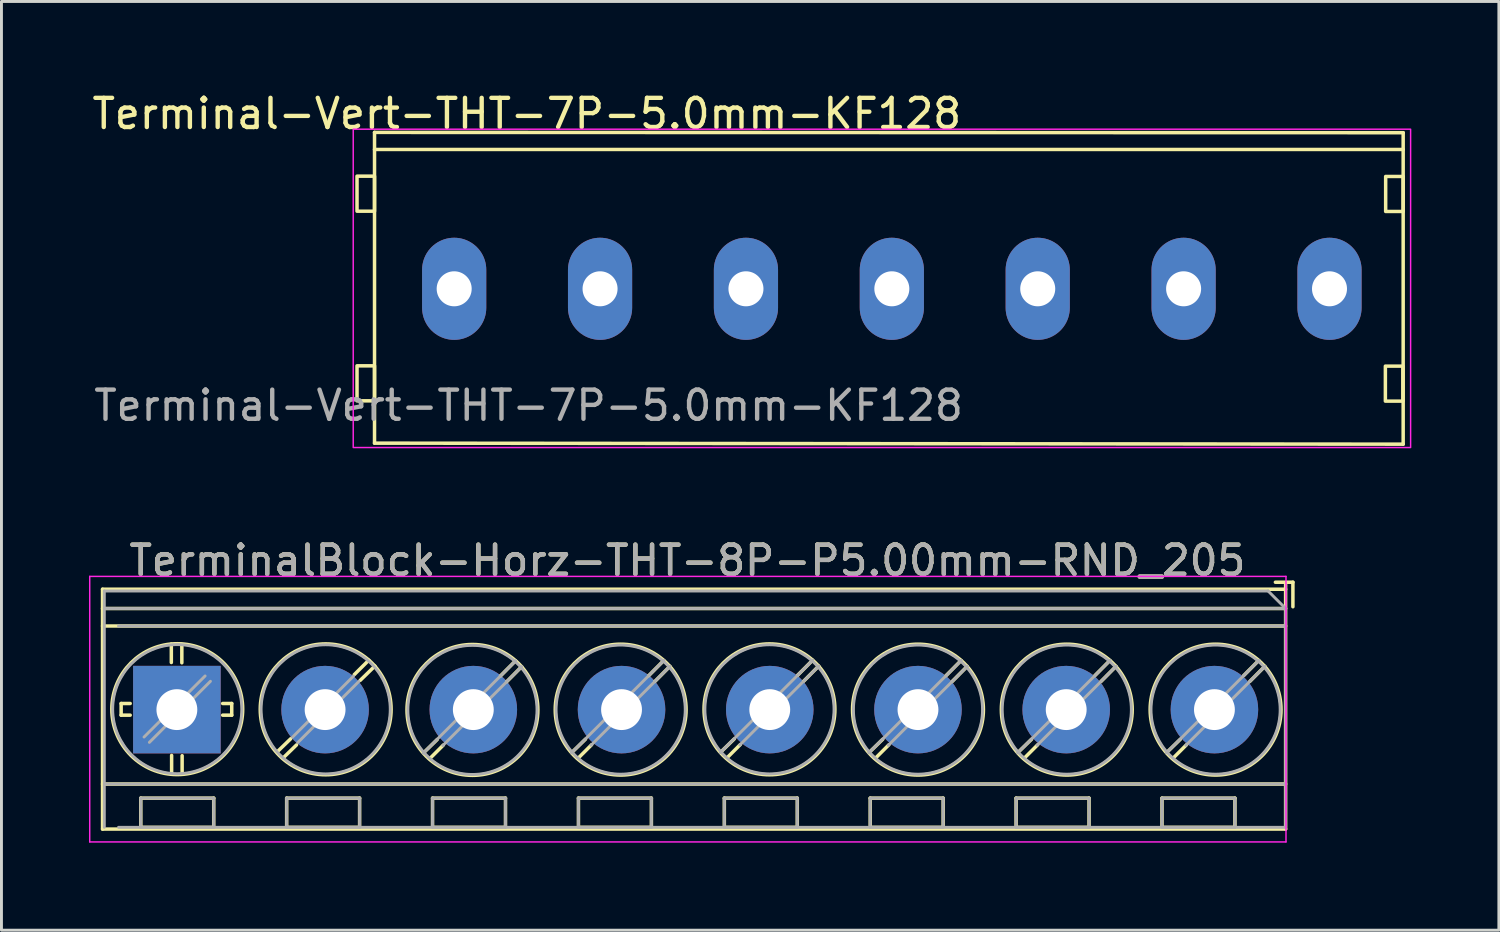
<source format=kicad_pcb>
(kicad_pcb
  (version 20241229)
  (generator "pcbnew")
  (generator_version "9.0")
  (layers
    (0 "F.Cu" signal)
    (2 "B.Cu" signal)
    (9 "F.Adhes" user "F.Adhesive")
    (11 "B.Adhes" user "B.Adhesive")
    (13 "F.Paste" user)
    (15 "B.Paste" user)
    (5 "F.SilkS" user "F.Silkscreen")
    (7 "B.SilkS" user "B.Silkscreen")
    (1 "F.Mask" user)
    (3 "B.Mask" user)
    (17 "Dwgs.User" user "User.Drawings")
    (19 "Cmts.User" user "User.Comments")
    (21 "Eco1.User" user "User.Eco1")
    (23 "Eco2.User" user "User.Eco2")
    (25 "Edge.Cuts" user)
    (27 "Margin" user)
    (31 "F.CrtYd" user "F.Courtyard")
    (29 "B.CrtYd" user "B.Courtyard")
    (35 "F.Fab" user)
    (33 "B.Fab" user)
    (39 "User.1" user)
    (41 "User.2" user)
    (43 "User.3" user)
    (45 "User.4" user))
  (footprint "TerminalBlock-Horz-THT-8P-P5.00mm-RND_205"
    (layer "F.Cu")
    (at 3.012 21.271)
    (property "Reference" "TerminalBlock-Horz-THT-8P-P5.00mm-RND_205" (at 17.5 -5.11 0) (layer "F.SilkS") (effects (font (size 1 1) (thickness 0.15))))
    (attr through_hole)
    (fp_line (start -2.547 4.094) (end -2.547 -4.126) (stroke (width 0.12) (type solid)) (layer "F.SilkS"))
    (fp_line (start -1.91 -0.21) (end -1.91 0.19) (stroke (width 0.12) (type solid)) (layer "F.SilkS"))
    (fp_line (start -1.91 0.19) (end -1.6 0.19) (stroke (width 0.12) (type solid)) (layer "F.SilkS"))
    (fp_line (start -1.6 -0.21) (end -1.91 -0.21) (stroke (width 0.12) (type solid)) (layer "F.SilkS"))
    (fp_line (start -1.237 4.034) (end -1.237 3.034) (stroke (width 0.12) (type solid)) (layer "F.SilkS"))
    (fp_line (start -0.19 -2.245) (end -0.19 -1.615) (stroke (width 0.12) (type solid)) (layer "F.SilkS"))
    (fp_line (start -0.18 1.57) (end -0.18 2.2) (stroke (width 0.12) (type solid)) (layer "F.SilkS"))
    (fp_line (start 0.17 -2.235) (end 0.17 -1.605) (stroke (width 0.12) (type solid)) (layer "F.SilkS"))
    (fp_line (start 0.18 1.58) (end 0.18 2.21) (stroke (width 0.12) (type solid)) (layer "F.SilkS"))
    (fp_line (start 1.263 3.034) (end -1.237 3.034) (stroke (width 0.12) (type solid)) (layer "F.SilkS"))
    (fp_line (start 1.263 4.034) (end -1.237 4.034) (stroke (width 0.12) (type solid)) (layer "F.SilkS"))
    (fp_line (start 1.263 4.034) (end 1.263 3.034) (stroke (width 0.12) (type solid)) (layer "F.SilkS"))
    (fp_line (start 1.57 -0.21) (end 1.88 -0.21) (stroke (width 0.12) (type solid)) (layer "F.SilkS"))
    (fp_line (start 1.88 -0.21) (end 1.88 0.19) (stroke (width 0.12) (type solid)) (layer "F.SilkS"))
    (fp_line (start 1.88 0.19) (end 1.57 0.19) (stroke (width 0.12) (type solid)) (layer "F.SilkS"))
    (fp_line (start 3.763 4.034) (end 3.763 3.034) (stroke (width 0.12) (type solid)) (layer "F.SilkS"))
    (fp_line (start 3.9 1) (end 3.464 1.422) (stroke (width 0.12) (type solid)) (layer "F.SilkS"))
    (fp_line (start 4.1 1.21) (end 3.634 1.663) (stroke (width 0.12) (type solid)) (layer "F.SilkS"))
    (fp_line (start 6.08 -1.2) (end 6.577 -1.694) (stroke (width 0.12) (type solid)) (layer "F.SilkS"))
    (fp_line (start 6.263 3.034) (end 3.763 3.034) (stroke (width 0.12) (type solid)) (layer "F.SilkS"))
    (fp_line (start 6.263 4.034) (end 3.763 4.034) (stroke (width 0.12) (type solid)) (layer "F.SilkS"))
    (fp_line (start 6.263 4.034) (end 6.263 3.034) (stroke (width 0.12) (type solid)) (layer "F.SilkS"))
    (fp_line (start 6.28 -1) (end 6.787 -1.494) (stroke (width 0.12) (type solid)) (layer "F.SilkS"))
    (fp_line (start 8.763 4.034) (end 8.763 3.034) (stroke (width 0.12) (type solid)) (layer "F.SilkS"))
    (fp_line (start 8.923 1.024) (end 8.494 1.442) (stroke (width 0.12) (type solid)) (layer "F.SilkS"))
    (fp_line (start 9.133 1.214) (end 8.664 1.683) (stroke (width 0.12) (type solid)) (layer "F.SilkS"))
    (fp_line (start 11.093 -1.156) (end 11.607 -1.674) (stroke (width 0.12) (type solid)) (layer "F.SilkS"))
    (fp_line (start 11.263 3.034) (end 8.763 3.034) (stroke (width 0.12) (type solid)) (layer "F.SilkS"))
    (fp_line (start 11.263 4.034) (end 8.763 4.034) (stroke (width 0.12) (type solid)) (layer "F.SilkS"))
    (fp_line (start 11.263 4.034) (end 11.263 3.034) (stroke (width 0.12) (type solid)) (layer "F.SilkS"))
    (fp_line (start 11.303 -0.956) (end 11.817 -1.474) (stroke (width 0.12) (type solid)) (layer "F.SilkS"))
    (fp_line (start 13.763 4.034) (end 13.763 3.034) (stroke (width 0.12) (type solid)) (layer "F.SilkS"))
    (fp_line (start 14.003 1.014) (end 13.574 1.432) (stroke (width 0.12) (type solid)) (layer "F.SilkS"))
    (fp_line (start 14.213 1.204) (end 13.744 1.673) (stroke (width 0.12) (type solid)) (layer "F.SilkS"))
    (fp_line (start 16.173 -1.166) (end 16.687 -1.684) (stroke (width 0.12) (type solid)) (layer "F.SilkS"))
    (fp_line (start 16.263 3.034) (end 13.763 3.034) (stroke (width 0.12) (type solid)) (layer "F.SilkS"))
    (fp_line (start 16.263 4.034) (end 13.763 4.034) (stroke (width 0.12) (type solid)) (layer "F.SilkS"))
    (fp_line (start 16.263 4.034) (end 16.263 3.034) (stroke (width 0.12) (type solid)) (layer "F.SilkS"))
    (fp_line (start 16.383 -0.966) (end 16.897 -1.484) (stroke (width 0.12) (type solid)) (layer "F.SilkS"))
    (fp_line (start 18.763 4.034) (end 18.763 3.034) (stroke (width 0.12) (type solid)) (layer "F.SilkS"))
    (fp_line (start 19.103 1.004) (end 18.674 1.422) (stroke (width 0.12) (type solid)) (layer "F.SilkS"))
    (fp_line (start 19.313 1.194) (end 18.844 1.663) (stroke (width 0.12) (type solid)) (layer "F.SilkS"))
    (fp_line (start 21.263 3.034) (end 18.763 3.034) (stroke (width 0.12) (type solid)) (layer "F.SilkS"))
    (fp_line (start 21.263 4.034) (end 18.763 4.034) (stroke (width 0.12) (type solid)) (layer "F.SilkS"))
    (fp_line (start 21.263 4.034) (end 21.263 3.034) (stroke (width 0.12) (type solid)) (layer "F.SilkS"))
    (fp_line (start 21.273 -1.176) (end 21.787 -1.694) (stroke (width 0.12) (type solid)) (layer "F.SilkS"))
    (fp_line (start 21.483 -0.976) (end 21.997 -1.494) (stroke (width 0.12) (type solid)) (layer "F.SilkS"))
    (fp_line (start 23.763 4.034) (end 23.763 3.034) (stroke (width 0.12) (type solid)) (layer "F.SilkS"))
    (fp_line (start 24.193 1.014) (end 23.764 1.432) (stroke (width 0.12) (type solid)) (layer "F.SilkS"))
    (fp_line (start 24.403 1.204) (end 23.934 1.673) (stroke (width 0.12) (type solid)) (layer "F.SilkS"))
    (fp_line (start 26.263 3.034) (end 23.763 3.034) (stroke (width 0.12) (type solid)) (layer "F.SilkS"))
    (fp_line (start 26.263 4.034) (end 23.763 4.034) (stroke (width 0.12) (type solid)) (layer "F.SilkS"))
    (fp_line (start 26.263 4.034) (end 26.263 3.034) (stroke (width 0.12) (type solid)) (layer "F.SilkS"))
    (fp_line (start 26.363 -1.166) (end 26.877 -1.684) (stroke (width 0.12) (type solid)) (layer "F.SilkS"))
    (fp_line (start 26.573 -0.966) (end 27.087 -1.484) (stroke (width 0.12) (type solid)) (layer "F.SilkS"))
    (fp_line (start 28.763 4.034) (end 28.763 3.034) (stroke (width 0.12) (type solid)) (layer "F.SilkS"))
    (fp_line (start 29.293 1.014) (end 28.864 1.432) (stroke (width 0.12) (type solid)) (layer "F.SilkS"))
    (fp_line (start 29.503 1.204) (end 29.034 1.673) (stroke (width 0.12) (type solid)) (layer "F.SilkS"))
    (fp_line (start 31.263 3.034) (end 28.763 3.034) (stroke (width 0.12) (type solid)) (layer "F.SilkS"))
    (fp_line (start 31.263 4.034) (end 28.763 4.034) (stroke (width 0.12) (type solid)) (layer "F.SilkS"))
    (fp_line (start 31.263 4.034) (end 31.263 3.034) (stroke (width 0.12) (type solid)) (layer "F.SilkS"))
    (fp_line (start 31.463 -1.166) (end 31.977 -1.684) (stroke (width 0.12) (type solid)) (layer "F.SilkS"))
    (fp_line (start 31.673 -0.966) (end 32.187 -1.484) (stroke (width 0.12) (type solid)) (layer "F.SilkS"))
    (fp_line (start 33.763 4.034) (end 33.763 3.034) (stroke (width 0.12) (type solid)) (layer "F.SilkS"))
    (fp_line (start 34.393 1.014) (end 33.964 1.432) (stroke (width 0.12) (type solid)) (layer "F.SilkS"))
    (fp_line (start 34.603 1.204) (end 34.134 1.673) (stroke (width 0.12) (type solid)) (layer "F.SilkS"))
    (fp_line (start 36.263 3.034) (end 33.763 3.034) (stroke (width 0.12) (type solid)) (layer "F.SilkS"))
    (fp_line (start 36.263 4.034) (end 33.763 4.034) (stroke (width 0.12) (type solid)) (layer "F.SilkS"))
    (fp_line (start 36.263 4.034) (end 36.263 3.034) (stroke (width 0.12) (type solid)) (layer "F.SilkS"))
    (fp_line (start 36.563 -1.166) (end 37.077 -1.684) (stroke (width 0.12) (type solid)) (layer "F.SilkS"))
    (fp_line (start 36.773 -0.966) (end 37.287 -1.484) (stroke (width 0.12) (type solid)) (layer "F.SilkS"))
    (fp_line (start 38 -4.126) (end -2.547 -4.126) (stroke (width 0.12) (type solid)) (layer "F.SilkS"))
    (fp_line (start 38 -3.466) (end -2.547 -3.466) (stroke (width 0.12) (type solid)) (layer "F.SilkS"))
    (fp_line (start 38 -2.866) (end -2.547 -2.866) (stroke (width 0.12) (type solid)) (layer "F.SilkS"))
    (fp_line (start 38 2.55) (end -2.547 2.55) (stroke (width 0.12) (type solid)) (layer "F.SilkS"))
    (fp_line (start 38 4.094) (end -2.547 4.094) (stroke (width 0.12) (type solid)) (layer "F.SilkS"))
    (fp_line (start 38 4.094) (end 38 -4.282) (stroke (width 0.12) (type solid)) (layer "F.SilkS"))
    (fp_line (start 38.25 -4.366) (end 37.65 -4.366) (stroke (width 0.12) (type solid)) (layer "F.SilkS"))
    (fp_line (start 38.25 -3.526) (end 38.25 -4.366) (stroke (width 0.12) (type solid)) (layer "F.SilkS"))
    (fp_circle (center 0.013 -0.016) (end -2.23 -0.03) (stroke (width 0.12) (type solid)) (fill no) (layer "F.SilkS"))
    (fp_circle (center 5.1 -0.01) (end 2.857 -0.024) (stroke (width 0.12) (type solid)) (fill no) (layer "F.SilkS"))
    (fp_circle (center 10.13 0.01) (end 7.887 -0.004) (stroke (width 0.12) (type solid)) (fill no) (layer "F.SilkS"))
    (fp_circle (center 15.21 0) (end 12.967 -0.014) (stroke (width 0.12) (type solid)) (fill no) (layer "F.SilkS"))
    (fp_circle (center 20.31 -0.01) (end 18.067 -0.024) (stroke (width 0.12) (type solid)) (fill no) (layer "F.SilkS"))
    (fp_circle (center 25.4 0) (end 23.157 -0.014) (stroke (width 0.12) (type solid)) (fill no) (layer "F.SilkS"))
    (fp_circle (center 30.5 0) (end 28.257 -0.014) (stroke (width 0.12) (type solid)) (fill no) (layer "F.SilkS"))
    (fp_circle (center 35.6 0) (end 33.357 -0.014) (stroke (width 0.12) (type solid)) (fill no) (layer "F.SilkS"))
    (fp_line (start -2.987 -4.566) (end -2.987 4.534) (stroke (width 0.05) (type solid)) (layer "F.CrtYd"))
    (fp_line (start -2.987 4.534) (end 38.013 4.534) (stroke (width 0.05) (type solid)) (layer "F.CrtYd"))
    (fp_line (start 38.013 -4.566) (end -2.987 -4.566) (stroke (width 0.05) (type solid)) (layer "F.CrtYd"))
    (fp_line (start 38.013 4.534) (end 38.013 -4.566) (stroke (width 0.05) (type solid)) (layer "F.CrtYd"))
    (fp_line (start -2.487 -4.066) (end 37.4 -4.066) (stroke (width 0.1) (type solid)) (layer "F.Fab"))
    (fp_line (start -2.487 4.034) (end -2.487 -4.066) (stroke (width 0.1) (type solid)) (layer "F.Fab"))
    (fp_line (start -1.237 3.034) (end -1.237 4.034) (stroke (width 0.1) (type solid)) (layer "F.Fab"))
    (fp_line (start -1.237 4.034) (end 1.263 4.034) (stroke (width 0.1) (type solid)) (layer "F.Fab"))
    (fp_line (start -1.125 0.939) (end 0.967 -1.154) (stroke (width 0.1) (type solid)) (layer "F.Fab"))
    (fp_line (start -0.942 1.122) (end 1.15 -0.971) (stroke (width 0.1) (type solid)) (layer "F.Fab"))
    (fp_line (start 1.263 3.034) (end -1.237 3.034) (stroke (width 0.1) (type solid)) (layer "F.Fab"))
    (fp_line (start 1.263 4.034) (end 1.263 3.034) (stroke (width 0.1) (type solid)) (layer "F.Fab"))
    (fp_line (start 3.763 3.034) (end 3.763 4.034) (stroke (width 0.1) (type solid)) (layer "F.Fab"))
    (fp_line (start 3.763 4.034) (end 6.263 4.034) (stroke (width 0.1) (type solid)) (layer "F.Fab"))
    (fp_line (start 3.962 0.945) (end 6.054 -1.148) (stroke (width 0.1) (type solid)) (layer "F.Fab"))
    (fp_line (start 4.145 1.128) (end 6.237 -0.965) (stroke (width 0.1) (type solid)) (layer "F.Fab"))
    (fp_line (start 6.263 3.034) (end 3.763 3.034) (stroke (width 0.1) (type solid)) (layer "F.Fab"))
    (fp_line (start 6.263 4.034) (end 6.263 3.034) (stroke (width 0.1) (type solid)) (layer "F.Fab"))
    (fp_line (start 8.443 1.494) (end 11.613 -1.676) (stroke (width 0.1) (type solid)) (layer "F.Fab"))
    (fp_line (start 8.763 3.034) (end 8.763 4.034) (stroke (width 0.1) (type solid)) (layer "F.Fab"))
    (fp_line (start 8.763 4.034) (end 11.263 4.034) (stroke (width 0.1) (type solid)) (layer "F.Fab"))
    (fp_line (start 9.113 1.234) (end 11.823 -1.476) (stroke (width 0.1) (type solid)) (layer "F.Fab"))
    (fp_line (start 11.263 3.034) (end 8.763 3.034) (stroke (width 0.1) (type solid)) (layer "F.Fab"))
    (fp_line (start 11.263 4.034) (end 11.263 3.034) (stroke (width 0.1) (type solid)) (layer "F.Fab"))
    (fp_line (start 13.523 1.484) (end 16.693 -1.686) (stroke (width 0.1) (type solid)) (layer "F.Fab"))
    (fp_line (start 13.763 3.034) (end 13.763 4.034) (stroke (width 0.1) (type solid)) (layer "F.Fab"))
    (fp_line (start 13.763 4.034) (end 16.263 4.034) (stroke (width 0.1) (type solid)) (layer "F.Fab"))
    (fp_line (start 14.193 1.224) (end 16.903 -1.486) (stroke (width 0.1) (type solid)) (layer "F.Fab"))
    (fp_line (start 16.263 3.034) (end 13.763 3.034) (stroke (width 0.1) (type solid)) (layer "F.Fab"))
    (fp_line (start 16.263 4.034) (end 16.263 3.034) (stroke (width 0.1) (type solid)) (layer "F.Fab"))
    (fp_line (start 18.623 1.474) (end 21.793 -1.696) (stroke (width 0.1) (type solid)) (layer "F.Fab"))
    (fp_line (start 18.763 3.034) (end 18.763 4.034) (stroke (width 0.1) (type solid)) (layer "F.Fab"))
    (fp_line (start 18.763 4.034) (end 21.263 4.034) (stroke (width 0.1) (type solid)) (layer "F.Fab"))
    (fp_line (start 19.293 1.214) (end 22.003 -1.496) (stroke (width 0.1) (type solid)) (layer "F.Fab"))
    (fp_line (start 21.263 3.034) (end 18.763 3.034) (stroke (width 0.1) (type solid)) (layer "F.Fab"))
    (fp_line (start 21.263 4.034) (end 21.263 3.034) (stroke (width 0.1) (type solid)) (layer "F.Fab"))
    (fp_line (start 23.713 1.484) (end 26.883 -1.686) (stroke (width 0.1) (type solid)) (layer "F.Fab"))
    (fp_line (start 23.763 3.034) (end 23.763 4.034) (stroke (width 0.1) (type solid)) (layer "F.Fab"))
    (fp_line (start 23.763 4.034) (end 26.263 4.034) (stroke (width 0.1) (type solid)) (layer "F.Fab"))
    (fp_line (start 24.383 1.224) (end 27.093 -1.486) (stroke (width 0.1) (type solid)) (layer "F.Fab"))
    (fp_line (start 26.263 3.034) (end 23.763 3.034) (stroke (width 0.1) (type solid)) (layer "F.Fab"))
    (fp_line (start 26.263 4.034) (end 26.263 3.034) (stroke (width 0.1) (type solid)) (layer "F.Fab"))
    (fp_line (start 28.763 3.034) (end 28.763 4.034) (stroke (width 0.1) (type solid)) (layer "F.Fab"))
    (fp_line (start 28.763 4.034) (end 31.263 4.034) (stroke (width 0.1) (type solid)) (layer "F.Fab"))
    (fp_line (start 28.813 1.484) (end 31.983 -1.686) (stroke (width 0.1) (type solid)) (layer "F.Fab"))
    (fp_line (start 29.483 1.224) (end 32.193 -1.486) (stroke (width 0.1) (type solid)) (layer "F.Fab"))
    (fp_line (start 31.263 3.034) (end 28.763 3.034) (stroke (width 0.1) (type solid)) (layer "F.Fab"))
    (fp_line (start 31.263 4.034) (end 31.263 3.034) (stroke (width 0.1) (type solid)) (layer "F.Fab"))
    (fp_line (start 33.763 3.034) (end 33.763 4.034) (stroke (width 0.1) (type solid)) (layer "F.Fab"))
    (fp_line (start 33.763 4.034) (end 36.263 4.034) (stroke (width 0.1) (type solid)) (layer "F.Fab"))
    (fp_line (start 33.913 1.484) (end 37.083 -1.686) (stroke (width 0.1) (type solid)) (layer "F.Fab"))
    (fp_line (start 34.583 1.224) (end 37.293 -1.486) (stroke (width 0.1) (type solid)) (layer "F.Fab"))
    (fp_line (start 36.263 3.034) (end 33.763 3.034) (stroke (width 0.1) (type solid)) (layer "F.Fab"))
    (fp_line (start 36.263 4.034) (end 36.263 3.034) (stroke (width 0.1) (type solid)) (layer "F.Fab"))
    (fp_line (start 37.4 -4.066) (end 38 -3.466) (stroke (width 0.1) (type solid)) (layer "F.Fab"))
    (fp_line (start 38 -3.466) (end -2.487 -3.466) (stroke (width 0.1) (type solid)) (layer "F.Fab"))
    (fp_line (start 38 -3.466) (end 38 4.034) (stroke (width 0.1) (type solid)) (layer "F.Fab"))
    (fp_line (start 38 -2.866) (end -2 -2.866) (stroke (width 0.1) (type solid)) (layer "F.Fab"))
    (fp_line (start 38 2.55) (end -2.45 2.55) (stroke (width 0.1) (type solid)) (layer "F.Fab"))
    (fp_line (start 38 4.034) (end -2 4.034) (stroke (width 0.1) (type solid)) (layer "F.Fab"))
    (fp_circle (center 0.013 -0.016) (end -2.2 0) (stroke (width 0.1) (type solid)) (fill no) (layer "F.Fab"))
    (fp_circle (center 5.1 -0.01) (end 2.887 0.006) (stroke (width 0.1) (type solid)) (fill no) (layer "F.Fab"))
    (fp_circle (center 10.13 0.01) (end 7.917 0.026) (stroke (width 0.1) (type solid)) (fill no) (layer "F.Fab"))
    (fp_circle (center 15.21 0) (end 12.997 0.016) (stroke (width 0.1) (type solid)) (fill no) (layer "F.Fab"))
    (fp_circle (center 20.31 -0.01) (end 18.097 0.006) (stroke (width 0.1) (type solid)) (fill no) (layer "F.Fab"))
    (fp_circle (center 25.4 0) (end 23.187 0.016) (stroke (width 0.1) (type solid)) (fill no) (layer "F.Fab"))
    (fp_circle (center 30.5 0) (end 28.287 0.016) (stroke (width 0.1) (type solid)) (fill no) (layer "F.Fab"))
    (fp_circle (center 35.6 0) (end 33.387 0.016) (stroke (width 0.1) (type solid)) (fill no) (layer "F.Fab"))
    (fp_text user "${REFERENCE}" (at 17.5 -5.11 0) (layer "F.Fab") (effects (font (size 1 1) (thickness 0.15))))
    (pad "1" thru_hole rect (at 0 0) (size 3 3) (drill 1.4) (layers "*.Cu" "*.Mask"))
    (pad "2" thru_hole circle (at 5.08 0) (size 3 3) (drill 1.4) (layers "*.Cu" "*.Mask"))
    (pad "3" thru_hole circle (at 10.16 0) (size 3 3) (drill 1.4) (layers "*.Cu" "*.Mask"))
    (pad "4" thru_hole circle (at 15.24 0) (size 3 3) (drill 1.4) (layers "*.Cu" "*.Mask"))
    (pad "5" thru_hole circle (at 20.32 0) (size 3 3) (drill 1.4) (layers "*.Cu" "*.Mask"))
    (pad "6" thru_hole circle (at 25.4 0) (size 3 3) (drill 1.4) (layers "*.Cu" "*.Mask"))
    (pad "7" thru_hole circle (at 30.48 0) (size 3 3) (drill 1.4) (layers "*.Cu" "*.Mask"))
    (pad "8" thru_hole circle (at 35.56 0) (size 3 3) (drill 1.4) (layers "*.Cu" "*.Mask")))
  (footprint "Terminal-Vert-THT-7P-5.0mm-KF128"
    (layer "F.Cu")
    (at 15.016 6.848)
    (property "Reference" "Terminal-Vert-THT-7P-5.0mm-KF128" (at -0.01 -6 0) (unlocked yes) (layer "F.SilkS") (effects (font (size 1 1) (thickness 0.15))))
    (attr through_hole)
    (fp_line (start -5.23 -5.36) (end 30.025 -5.35) (stroke (width 0.12) (type solid)) (layer "F.SilkS"))
    (fp_line (start -5.23 5.29) (end -5.23 -5.36) (stroke (width 0.12) (type solid)) (layer "F.SilkS"))
    (fp_line (start 30.025 -5.35) (end 30.025 5.325) (stroke (width 0.12) (type solid)) (layer "F.SilkS"))
    (fp_line (start 30.025 -4.775) (end -5.23 -4.775) (stroke (width 0.12) (type solid)) (layer "F.SilkS"))
    (fp_line (start 30.025 5.325) (end -5.23 5.29) (stroke (width 0.12) (type solid)) (layer "F.SilkS"))
    (fp_rect (start -5.83 -3.86) (end -5.23 -2.66) (stroke (width 0.12) (type solid)) (fill no) (layer "F.SilkS"))
    (fp_rect (start -5.83 2.64) (end -5.23 3.84) (stroke (width 0.12) (type solid)) (fill no) (layer "F.SilkS"))
    (fp_rect (start 29.415 2.65) (end 30.015 3.85) (stroke (width 0.12) (type solid)) (fill no) (layer "F.SilkS"))
    (fp_rect (start 29.425 -3.85) (end 30.025 -2.65) (stroke (width 0.12) (type solid)) (fill no) (layer "F.SilkS"))
    (fp_rect (start -5.96 -5.47) (end 30.28 5.44) (stroke (width 0.05) (type solid)) (fill no) (layer "F.CrtYd"))
    (fp_text user "${REFERENCE}" (at 0.05 4 0) (unlocked yes) (layer "F.Fab") (effects (font (size 1 1) (thickness 0.15))))
    (pad "1" thru_hole oval (at -2.5 0) (size 2.2 3.5) (drill 1.2) (layers "*.Cu" "*.Mask"))
    (pad "2" thru_hole oval (at 2.5 0) (size 2.2 3.5) (drill 1.2) (layers "*.Cu" "*.Mask"))
    (pad "3" thru_hole oval (at 7.5 0) (size 2.2 3.5) (drill 1.2) (layers "*.Cu" "*.Mask"))
    (pad "4" thru_hole oval (at 12.5 0) (size 2.2 3.5) (drill 1.2) (layers "*.Cu" "*.Mask"))
    (pad "5" thru_hole oval (at 17.5 0) (size 2.2 3.5) (drill 1.2) (layers "*.Cu" "*.Mask"))
    (pad "6" thru_hole oval (at 22.5 0) (size 2.2 3.5) (drill 1.2) (layers "*.Cu" "*.Mask"))
    (pad "7" thru_hole oval (at 27.5 0) (size 2.2 3.5) (drill 1.2) (layers "*.Cu" "*.Mask")))
  (gr_rect
    (start -3 -3)
    (end 48.321 28.831)
    (stroke (width 0.1) (type default))
    (fill no)
    (layer "Edge.Cuts")))
</source>
